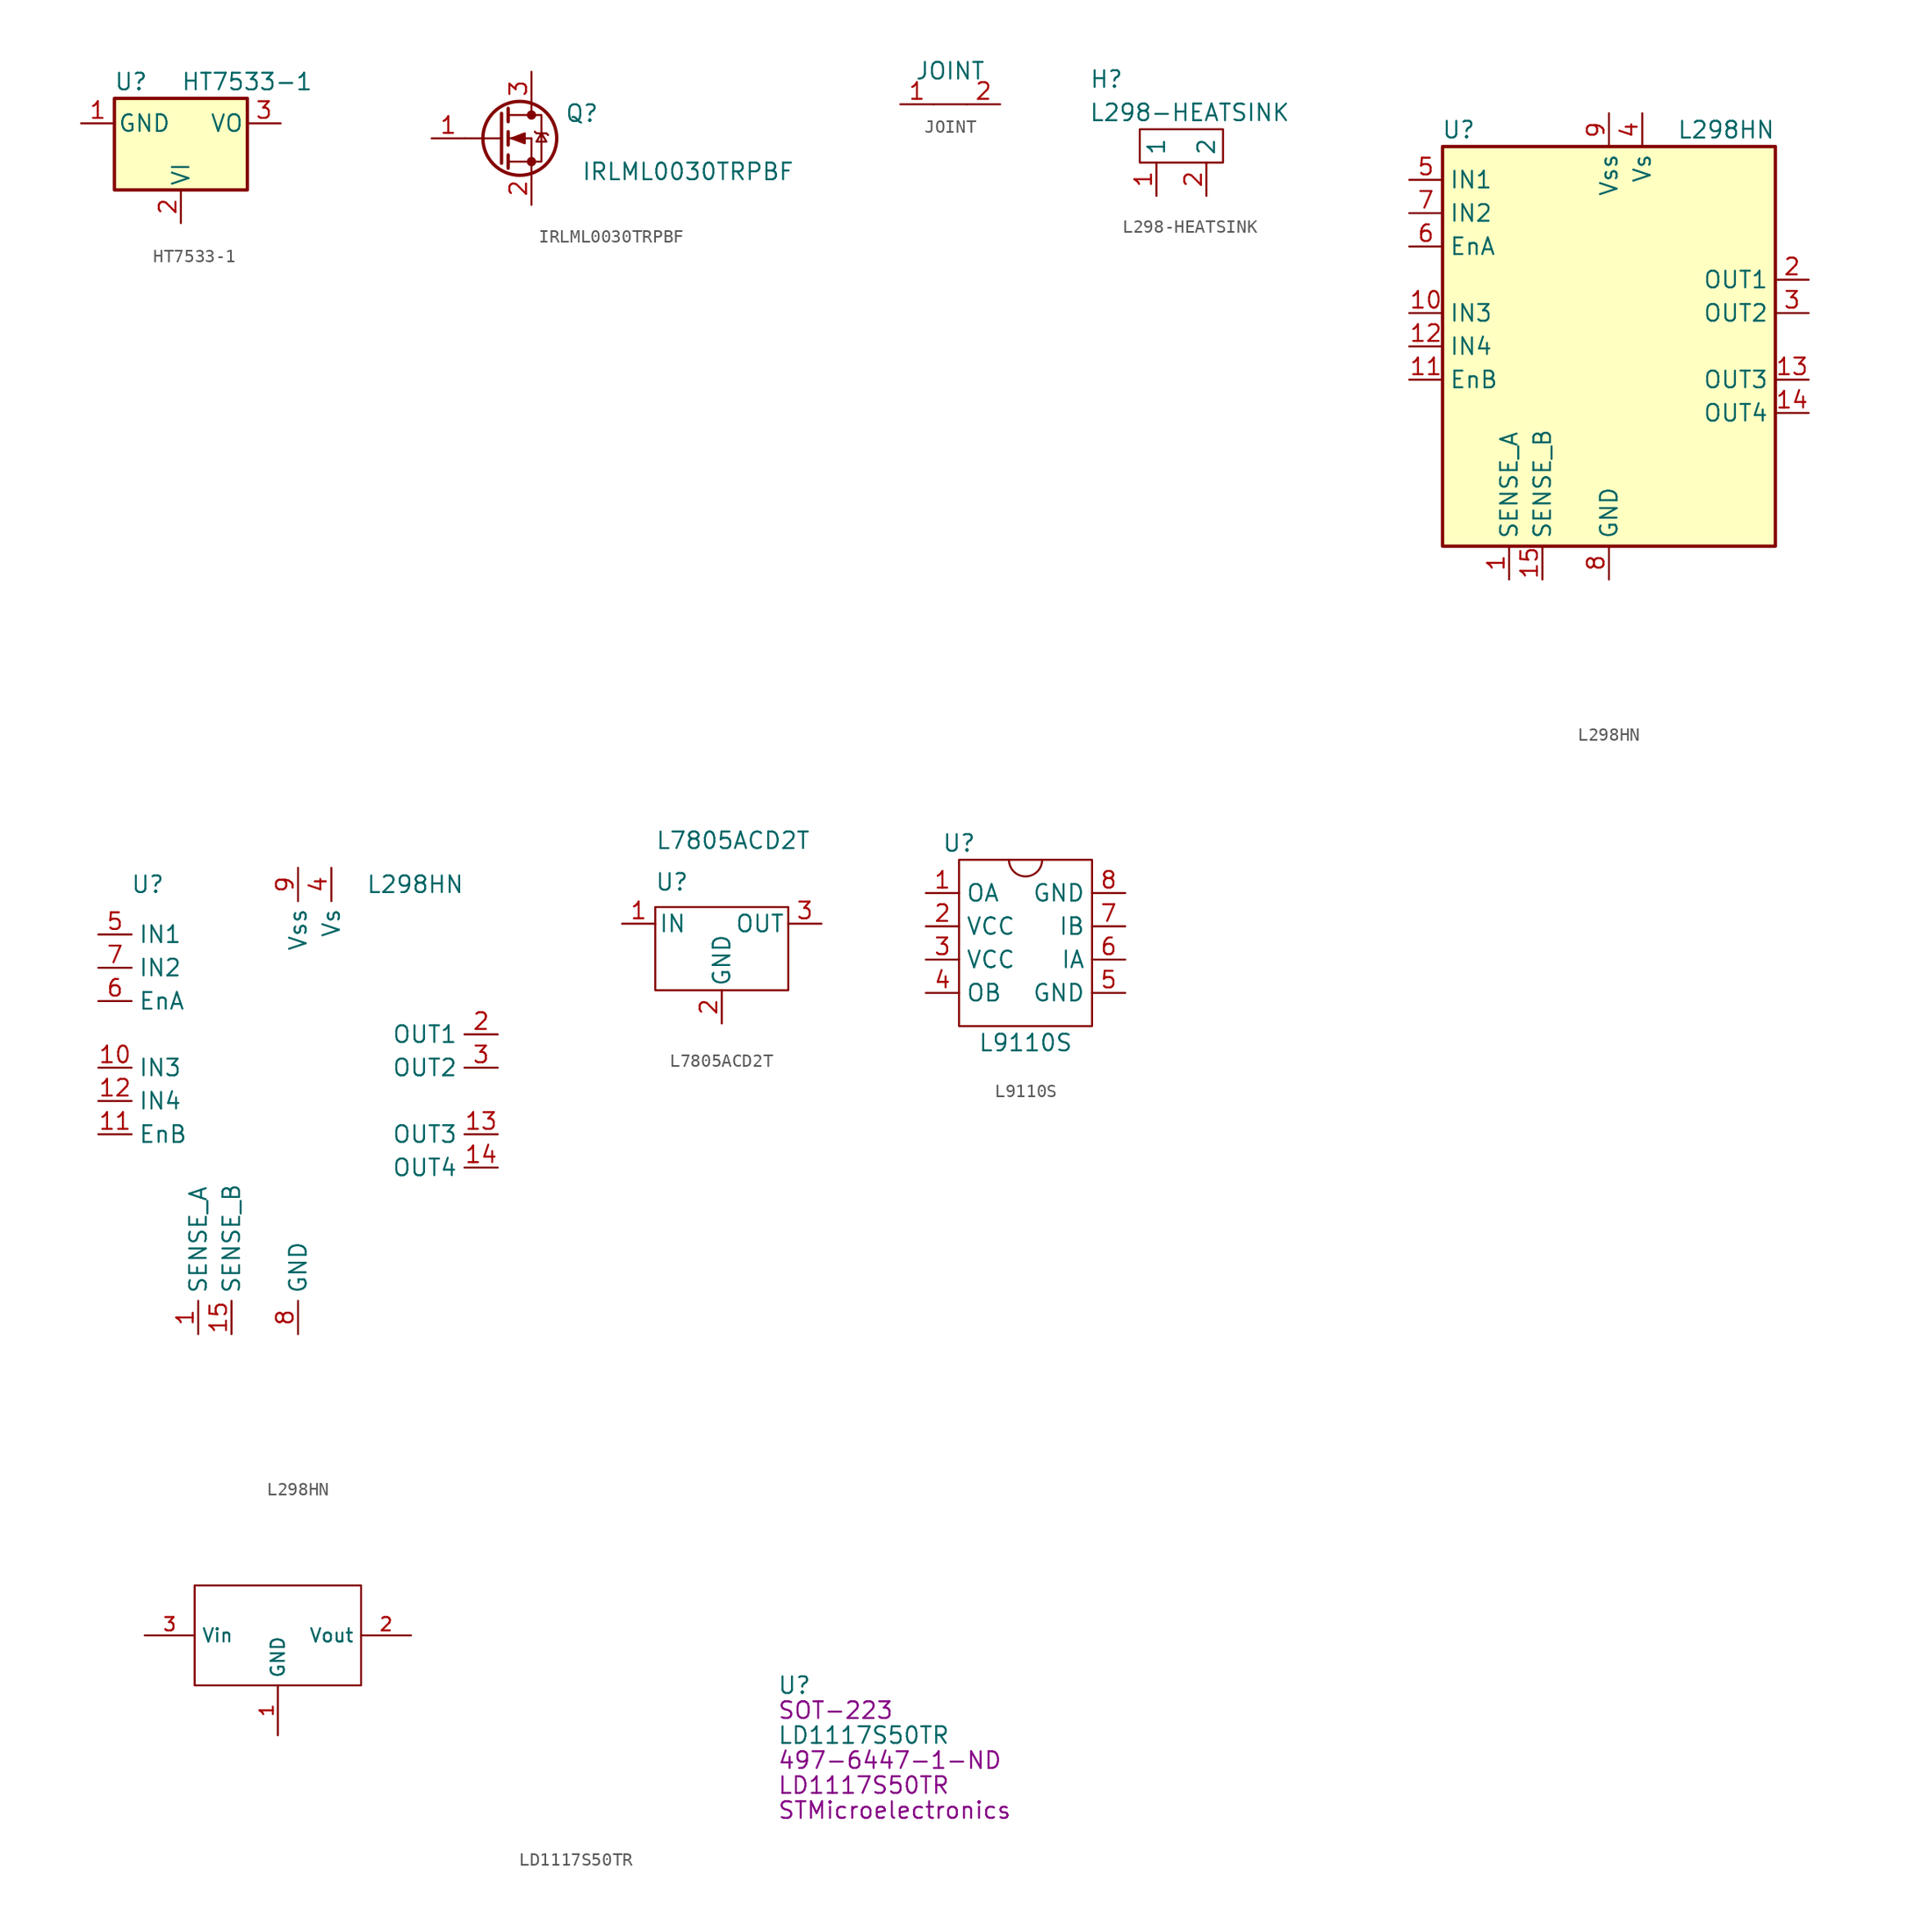
<source format=kicad_sym>
(kicad_symbol_lib
  (version 20220914)
  (generator kicad_symbol_editor)
  (symbol "HT7533-1"
    (pin_names
      (offset 0.254))
    (property "Reference" "U"
      (at -3.81 3.175 0)
      (effects (font (size 1.27 1.27))))
    (property "Value" "HT7533-1"
      (at 0 3.175 0)
      (effects (font (size 1.27 1.27)) (justify left)))
    (symbol "HT7533-1_0_1"
      (rectangle (start -5.08 -5.08) (end 5.08 1.905) (stroke (width 0.254) (type default)) (fill (type background))))
    (symbol "HT7533-1_1_1"
      (pin power_in line (at -7.62 0 0) (length 2.54) (name "GND" (effects (font (size 1.27 1.27)))) (number "1" (effects (font (size 1.27 1.27)))))
      (pin power_in line (at 0 -7.62 90) (length 2.54) (name "VI" (effects (font (size 1.27 1.27)))) (number "2" (effects (font (size 1.27 1.27)))))
      (pin power_out line (at 7.62 0 180) (length 2.54) (name "VO" (effects (font (size 1.27 1.27)))) (number "3" (effects (font (size 1.27 1.27)))))))
  (symbol "IRLML0030TRPBF"
    (pin_names
      (offset 0) hide)
    (property "Reference" "Q"
      (at 5.08 1.905 0)
      (effects (font (size 1.27 1.27)) (justify left)))
    (property "Value" "IRLML0030TRPBF"
      (at 6.35 -2.54 0)
      (effects (font (size 1.27 1.27)) (justify left)))
    (symbol "IRLML0030TRPBF_0_1"
      (polyline (pts (xy -2.54 0) (xy 0.254 0)) (stroke (width 0) (type default)) (fill (type none)))
      (polyline (pts (xy 0.762 -1.778) (xy 2.54 -1.778)) (stroke (width 0) (type default)) (fill (type none)))
      (polyline (pts (xy 0.762 -1.27) (xy 0.762 -2.286)) (stroke (width 0.254) (type default)) (fill (type none)))
      (polyline (pts (xy 0.762 0) (xy 2.54 0)) (stroke (width 0) (type default)) (fill (type none)))
      (polyline (pts (xy 0.762 0.508) (xy 0.762 -0.508)) (stroke (width 0.254) (type default)) (fill (type none)))
      (polyline (pts (xy 0.762 1.778) (xy 2.54 1.778)) (stroke (width 0) (type default)) (fill (type none)))
      (polyline (pts (xy 0.762 2.286) (xy 0.762 1.27)) (stroke (width 0.254) (type default)) (fill (type none)))
      (polyline (pts (xy 2.54 -1.778) (xy 2.54 -2.54)) (stroke (width 0) (type default)) (fill (type none)))
      (polyline (pts (xy 2.54 -1.778) (xy 2.54 0)) (stroke (width 0) (type default)) (fill (type none)))
      (polyline (pts (xy 2.54 2.54) (xy 2.54 1.778)) (stroke (width 0) (type default)) (fill (type none)))
      (polyline (pts (xy 0.254 1.905) (xy 0.254 -1.905) (xy 0.254 -1.905)) (stroke (width 0.254) (type default)) (fill (type none)))
      (polyline (pts (xy 1.016 0) (xy 2.032 0.381) (xy 2.032 -0.381) (xy 1.016 0)) (stroke (width 0) (type default)) (fill (type outline)))
      (polyline (pts (xy 2.54 -1.778) (xy 3.302 -1.778) (xy 3.302 1.778) (xy 2.54 1.778)) (stroke (width 0) (type default)) (fill (type none)))
      (polyline (pts (xy 2.794 0.508) (xy 2.921 0.381) (xy 3.683 0.381) (xy 3.81 0.254)) (stroke (width 0) (type default)) (fill (type none)))
      (polyline (pts (xy 3.302 0.381) (xy 2.921 -0.254) (xy 3.683 -0.254) (xy 3.302 0.381)) (stroke (width 0) (type default)) (fill (type none)))
      (circle (center 1.651 0) (radius 2.819) (stroke (width 0.254) (type default)) (fill (type none)))
      (circle (center 2.54 -1.778) (radius 0.279) (stroke (width 0) (type default)) (fill (type outline)))
      (circle (center 2.54 1.778) (radius 0.279) (stroke (width 0) (type default)) (fill (type outline))))
    (symbol "IRLML0030TRPBF_1_1"
      (pin input line (at -5.08 0 0) (length 2.54) (name "G" (effects (font (size 1.27 1.27)))) (number "1" (effects (font (size 1.27 1.27)))))
      (pin passive line (at 2.54 -5.08 90) (length 2.54) (name "S" (effects (font (size 1.27 1.27)))) (number "2" (effects (font (size 1.27 1.27)))))
      (pin passive line (at 2.54 5.08 270) (length 2.54) (name "D" (effects (font (size 1.27 1.27)))) (number "3" (effects (font (size 1.27 1.27)))))))
  (symbol "JOINT"
    (property "Reference" "JO"
      (at 0 -1.27 0)
      (effects (font (size 1.27 1.27)) hide))
    (property "Value" "JOINT"
      (at 0 2.54 0)
      (effects (font (size 1.27 1.27))))
    (symbol "JOINT_0_1"
      (polyline (pts (xy -1.27 0) (xy 1.27 0)) (stroke (width 0) (type default)) (fill (type none))))
    (symbol "JOINT_1_1"
      (pin input line (at -3.81 0 0) (length 2.54) (name "~" (effects (font (size 1.27 1.27)))) (number "1" (effects (font (size 1.27 1.27)))))
      (pin input line (at 3.81 0 180) (length 2.54) (name "~" (effects (font (size 1.27 1.27)))) (number "2" (effects (font (size 1.27 1.27)))))))
  (symbol "L298-HEATSINK"
    (property "Reference" "H"
      (at -6.35 6.35 0)
      (effects (font (size 1.27 1.27))))
    (property "Value" "L298-HEATSINK"
      (at 0 3.81 0)
      (effects (font (size 1.27 1.27))))
    (symbol "L298-HEATSINK_0_1"
      (rectangle (start -3.81 2.54) (end 2.54 0) (stroke (width 0) (type default)) (fill (type none))))
    (symbol "L298-HEATSINK_1_1"
      (pin input line (at -2.54 -2.54 90) (length 2.54) (name "1" (effects (font (size 1.27 1.27)))) (number "1" (effects (font (size 1.27 1.27)))))
      (pin input line (at 1.27 -2.54 90) (length 2.54) (name "2" (effects (font (size 1.27 1.27)))) (number "2" (effects (font (size 1.27 1.27)))))))
  (symbol "L298HN"
    (property "Reference" "U"
      (at -10.16 16.51 0)
      (effects (font (size 1.27 1.27)) (justify right)))
    (property "Value" "L298HN"
      (at 12.7 16.51 0)
      (effects (font (size 1.27 1.27)) (justify right)))
    (property "Footprint" ""
      (at 5.08 -24.13 0)
      (effects (font (size 1.27 1.27)) (justify left)))
    (symbol "L298HN_0_1"
      (rectangle (start -12.7 15.24) (end 12.7 -15.24) (stroke (width 0.254) (type default)) (fill (type background))))
    (symbol "L298HN_1_1"
      (pin power_in line (at -7.62 -17.78 90) (length 2.54) (name "SENSE_A" (effects (font (size 1.27 1.27)))) (number "1" (effects (font (size 1.27 1.27)))))
      (pin input line (at -15.24 2.54 0) (length 2.54) (name "IN3" (effects (font (size 1.27 1.27)))) (number "10" (effects (font (size 1.27 1.27)))))
      (pin input line (at -15.24 -2.54 0) (length 2.54) (name "EnB" (effects (font (size 1.27 1.27)))) (number "11" (effects (font (size 1.27 1.27)))))
      (pin input line (at -15.24 0 0) (length 2.54) (name "IN4" (effects (font (size 1.27 1.27)))) (number "12" (effects (font (size 1.27 1.27)))))
      (pin output line (at 15.24 -2.54 180) (length 2.54) (name "OUT3" (effects (font (size 1.27 1.27)))) (number "13" (effects (font (size 1.27 1.27)))))
      (pin output line (at 15.24 -5.08 180) (length 2.54) (name "OUT4" (effects (font (size 1.27 1.27)))) (number "14" (effects (font (size 1.27 1.27)))))
      (pin power_in line (at -5.08 -17.78 90) (length 2.54) (name "SENSE_B" (effects (font (size 1.27 1.27)))) (number "15" (effects (font (size 1.27 1.27)))))
      (pin output line (at 15.24 5.08 180) (length 2.54) (name "OUT1" (effects (font (size 1.27 1.27)))) (number "2" (effects (font (size 1.27 1.27)))))
      (pin output line (at 15.24 2.54 180) (length 2.54) (name "OUT2" (effects (font (size 1.27 1.27)))) (number "3" (effects (font (size 1.27 1.27)))))
      (pin power_in line (at 2.54 17.78 270) (length 2.54) (name "Vs" (effects (font (size 1.27 1.27)))) (number "4" (effects (font (size 1.27 1.27)))))
      (pin input line (at -15.24 12.7 0) (length 2.54) (name "IN1" (effects (font (size 1.27 1.27)))) (number "5" (effects (font (size 1.27 1.27)))))
      (pin input line (at -15.24 7.62 0) (length 2.54) (name "EnA" (effects (font (size 1.27 1.27)))) (number "6" (effects (font (size 1.27 1.27)))))
      (pin input line (at -15.24 10.16 0) (length 2.54) (name "IN2" (effects (font (size 1.27 1.27)))) (number "7" (effects (font (size 1.27 1.27)))))
      (pin power_in line (at 0 -17.78 90) (length 2.54) (name "GND" (effects (font (size 1.27 1.27)))) (number "8" (effects (font (size 1.27 1.27)))))
      (pin power_in line (at 0 17.78 270) (length 2.54) (name "Vss" (effects (font (size 1.27 1.27)))) (number "9" (effects (font (size 1.27 1.27))))))
    (symbol "L298HN_1_2"
      (pin power_in line (at -7.62 -17.78 90) (length 2.54) (name "SENSE_A" (effects (font (size 1.27 1.27)))) (number "1" (effects (font (size 1.27 1.27)))))
      (pin input line (at -15.24 2.54 0) (length 2.54) (name "IN3" (effects (font (size 1.27 1.27)))) (number "10" (effects (font (size 1.27 1.27)))))
      (pin input line (at -15.24 -2.54 0) (length 2.54) (name "EnB" (effects (font (size 1.27 1.27)))) (number "11" (effects (font (size 1.27 1.27)))))
      (pin input line (at -15.24 0 0) (length 2.54) (name "IN4" (effects (font (size 1.27 1.27)))) (number "12" (effects (font (size 1.27 1.27)))))
      (pin output line (at 15.24 -2.54 180) (length 2.54) (name "OUT3" (effects (font (size 1.27 1.27)))) (number "13" (effects (font (size 1.27 1.27)))))
      (pin output line (at 15.24 -5.08 180) (length 2.54) (name "OUT4" (effects (font (size 1.27 1.27)))) (number "14" (effects (font (size 1.27 1.27)))))
      (pin power_in line (at -5.08 -17.78 90) (length 2.54) (name "SENSE_B" (effects (font (size 1.27 1.27)))) (number "15" (effects (font (size 1.27 1.27)))))
      (pin output line (at 15.24 5.08 180) (length 2.54) (name "OUT1" (effects (font (size 1.27 1.27)))) (number "2" (effects (font (size 1.27 1.27)))))
      (pin output line (at 15.24 2.54 180) (length 2.54) (name "OUT2" (effects (font (size 1.27 1.27)))) (number "3" (effects (font (size 1.27 1.27)))))
      (pin power_in line (at 2.54 17.78 270) (length 2.54) (name "Vs" (effects (font (size 1.27 1.27)))) (number "4" (effects (font (size 1.27 1.27)))))
      (pin input line (at -15.24 12.7 0) (length 2.54) (name "IN1" (effects (font (size 1.27 1.27)))) (number "5" (effects (font (size 1.27 1.27)))))
      (pin input line (at -15.24 7.62 0) (length 2.54) (name "EnA" (effects (font (size 1.27 1.27)))) (number "6" (effects (font (size 1.27 1.27)))))
      (pin input line (at -15.24 10.16 0) (length 2.54) (name "IN2" (effects (font (size 1.27 1.27)))) (number "7" (effects (font (size 1.27 1.27)))))
      (pin power_in line (at 0 -17.78 90) (length 2.54) (name "GND" (effects (font (size 1.27 1.27)))) (number "8" (effects (font (size 1.27 1.27)))))
      (pin power_in line (at 0 17.78 270) (length 2.54) (name "Vss" (effects (font (size 1.27 1.27)))) (number "9" (effects (font (size 1.27 1.27)))))))
  (symbol "L7805ACD2T"
    (pin_names
      (offset 0.254))
    (property "Reference" "U"
      (at -3.81 3.175 0)
      (effects (font (size 1.27 1.27))))
    (property "Value" "L7805ACD2T"
      (at -5.08 6.35 0)
      (effects (font (size 1.27 1.27)) (justify left)))
    (symbol "L7805ACD2T_0_1"
      (rectangle (start -5.08 1.27) (end 5.08 -5.08) (stroke (width 0) (type default)) (fill (type none))))
    (symbol "L7805ACD2T_1_1"
      (pin power_in line (at -7.62 0 0) (length 2.54) (name "IN" (effects (font (size 1.27 1.27)))) (number "1" (effects (font (size 1.27 1.27)))))
      (pin power_in line (at 0 -7.62 90) (length 2.54) (name "GND" (effects (font (size 1.27 1.27)))) (number "2" (effects (font (size 1.27 1.27)))))
      (pin power_out line (at 7.62 0 180) (length 2.54) (name "OUT" (effects (font (size 1.27 1.27)))) (number "3" (effects (font (size 1.27 1.27)))))))
  (symbol "L9110S"
    (property "Reference" "U"
      (at -5.08 7.62 0)
      (effects (font (size 1.27 1.27))))
    (property "Value" "L9110S"
      (at 0 -7.62 0)
      (effects (font (size 1.27 1.27))))
    (symbol "L9110S_0_1"
      (rectangle (start -5.08 6.35) (end 5.08 -6.35) (stroke (width 0) (type default)) (fill (type none)))
      (arc (start -1.27 6.35) (mid 0 5.0855) (end 1.27 6.35) (stroke (width 0) (type default)) (fill (type none))))
    (symbol "L9110S_1_1"
      (pin input line (at -7.62 3.81 0) (length 2.54) (name "OA" (effects (font (size 1.27 1.27)))) (number "1" (effects (font (size 1.27 1.27)))))
      (pin input line (at -7.62 1.27 0) (length 2.54) (name "VCC" (effects (font (size 1.27 1.27)))) (number "2" (effects (font (size 1.27 1.27)))))
      (pin input line (at -7.62 -1.27 0) (length 2.54) (name "VCC" (effects (font (size 1.27 1.27)))) (number "3" (effects (font (size 1.27 1.27)))))
      (pin input line (at -7.62 -3.81 0) (length 2.54) (name "OB" (effects (font (size 1.27 1.27)))) (number "4" (effects (font (size 1.27 1.27)))))
      (pin input line (at 7.62 -3.81 180) (length 2.54) (name "GND" (effects (font (size 1.27 1.27)))) (number "5" (effects (font (size 1.27 1.27)))))
      (pin input line (at 7.62 -1.27 180) (length 2.54) (name "IA" (effects (font (size 1.27 1.27)))) (number "6" (effects (font (size 1.27 1.27)))))
      (pin input line (at 7.62 1.27 180) (length 2.54) (name "IB" (effects (font (size 1.27 1.27)))) (number "7" (effects (font (size 1.27 1.27)))))
      (pin input line (at 7.62 3.81 180) (length 2.54) (name "GND" (effects (font (size 1.27 1.27)))) (number "8" (effects (font (size 1.27 1.27)))))))
  (symbol "LD1117S50TR"
    (property "Reference" "U"
      (at 38.1 -3.81 0)
      (effects (font (size 1.27 1.27)) (justify left)))
    (property "Value" "LD1117S50TR"
      (at 38.1 -7.62 0)
      (effects (font (size 1.27 1.27)) (justify left)))
    (property "Chip Set" "SOT-223"
      (at 38.1 -5.715 0)
      (effects (font (size 1.27 1.27)) (justify left)))
    (property "Manufacturer" "STMicroelectronics"
      (at 38.1 -13.335 0)
      (effects (font (size 1.27 1.27)) (justify left)))
    (property "MPN" "LD1117S50TR"
      (at 38.1 -11.43 0)
      (effects (font (size 1.27 1.27)) (justify left)))
    (property "Digi-Key_PN" "497-6447-1-ND"
      (at 38.1 -9.525 0)
      (effects (font (size 1.27 1.27)) (justify left)))
    (symbol "LD1117S50TR_1_1"
      (rectangle (start -6.35 -3.81) (end 6.35 3.81) (stroke (width 0) (type default)) (fill (type none)))
      (pin input line (at 0 -7.62 90) (length 3.81) (name "GND" (effects (font (size 1.016 1.016)))) (number "1" (effects (font (size 1.016 1.016)))))
      (pin input line (at 10.16 0 180) (length 3.81) (name "Vout" (effects (font (size 1.016 1.016)))) (number "2" (effects (font (size 1.016 1.016)))))
      (pin input line (at -10.16 0 0) (length 3.81) (name "Vin" (effects (font (size 1.016 1.016)))) (number "3" (effects (font (size 1.016 1.016))))))))
</source>
